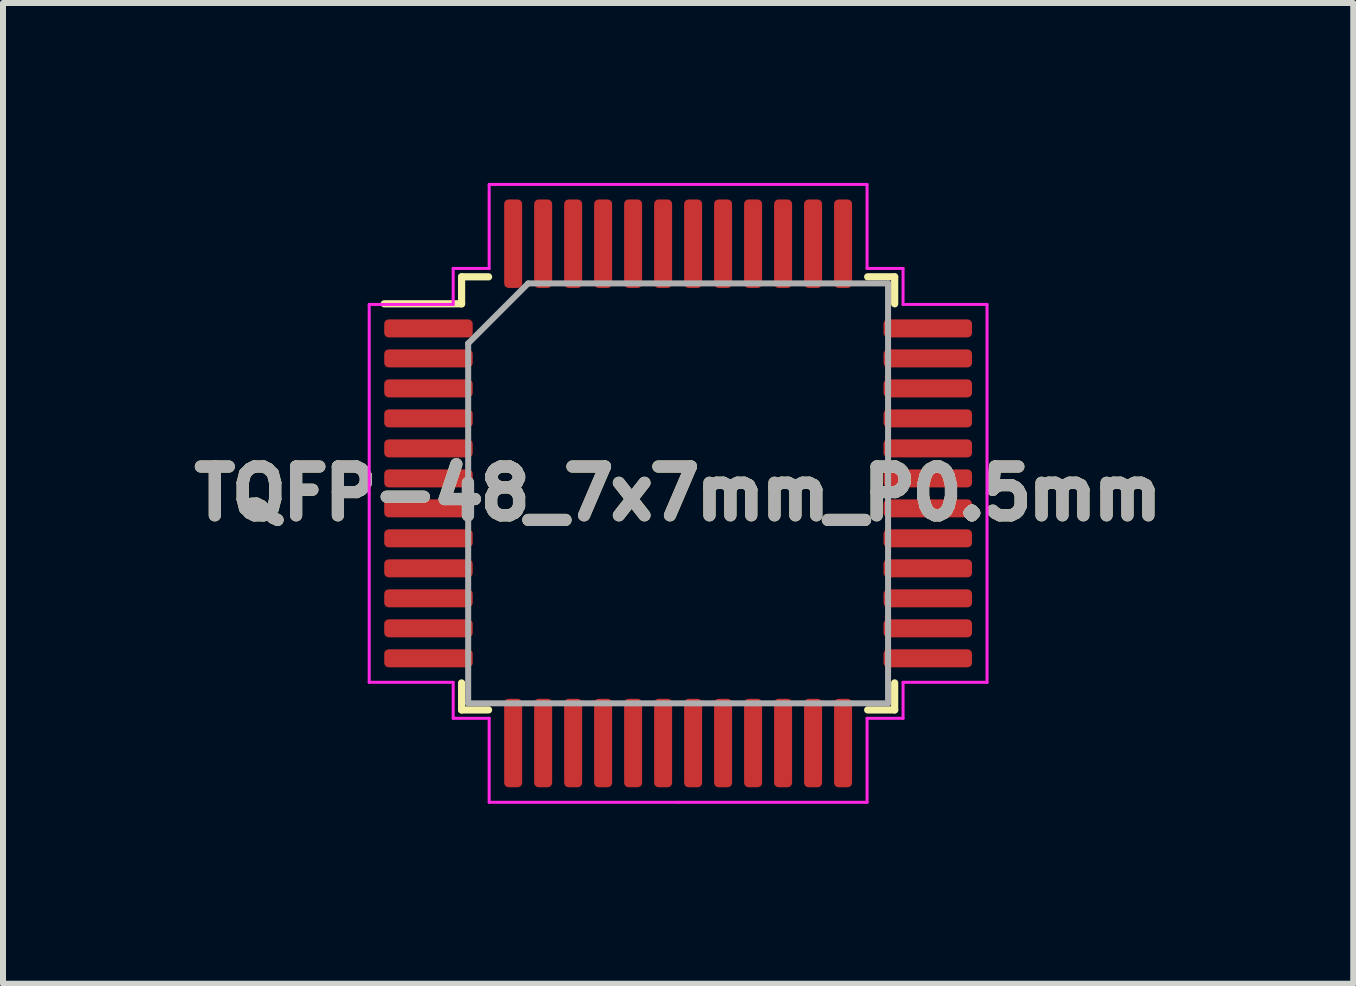
<source format=kicad_pcb>
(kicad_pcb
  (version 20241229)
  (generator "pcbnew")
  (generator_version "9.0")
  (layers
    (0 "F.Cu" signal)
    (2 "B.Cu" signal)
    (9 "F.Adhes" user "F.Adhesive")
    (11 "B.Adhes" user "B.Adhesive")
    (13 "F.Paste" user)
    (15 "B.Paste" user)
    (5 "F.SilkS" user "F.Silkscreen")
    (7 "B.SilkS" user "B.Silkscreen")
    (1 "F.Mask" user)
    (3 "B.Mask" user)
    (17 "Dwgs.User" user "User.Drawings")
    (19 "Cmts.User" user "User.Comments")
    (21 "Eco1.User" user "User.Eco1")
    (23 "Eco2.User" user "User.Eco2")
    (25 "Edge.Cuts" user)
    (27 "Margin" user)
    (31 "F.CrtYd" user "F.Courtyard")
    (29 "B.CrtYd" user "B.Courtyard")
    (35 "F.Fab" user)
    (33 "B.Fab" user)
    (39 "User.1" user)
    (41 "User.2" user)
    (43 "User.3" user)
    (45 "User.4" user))
  (footprint "TQFP-48_7x7mm_P0.5mm"
    (layer "F.Cu")
    (at 8.255 5.175)
    (property "Reference" "TQFP-48_7x7mm_P0.5mm" (at 0 0 0) (layer "F.Fab") (effects (font (size 0.813 0.813) (thickness 0.203))))
    (attr smd)
    (fp_line (start -3.61 -3.61) (end -3.61 -3.16) (stroke (width 0.12) (type solid)) (layer "F.SilkS"))
    (fp_line (start -3.61 -3.16) (end -4.9 -3.16) (stroke (width 0.12) (type solid)) (layer "F.SilkS"))
    (fp_line (start -3.61 3.61) (end -3.61 3.16) (stroke (width 0.12) (type solid)) (layer "F.SilkS"))
    (fp_line (start -3.16 -3.61) (end -3.61 -3.61) (stroke (width 0.12) (type solid)) (layer "F.SilkS"))
    (fp_line (start -3.16 3.61) (end -3.61 3.61) (stroke (width 0.12) (type solid)) (layer "F.SilkS"))
    (fp_line (start 3.16 -3.61) (end 3.61 -3.61) (stroke (width 0.12) (type solid)) (layer "F.SilkS"))
    (fp_line (start 3.16 3.61) (end 3.61 3.61) (stroke (width 0.12) (type solid)) (layer "F.SilkS"))
    (fp_line (start 3.61 -3.61) (end 3.61 -3.16) (stroke (width 0.12) (type solid)) (layer "F.SilkS"))
    (fp_line (start 3.61 3.61) (end 3.61 3.16) (stroke (width 0.12) (type solid)) (layer "F.SilkS"))
    (fp_line (start -5.15 -3.15) (end -5.15 0) (stroke (width 0.05) (type solid)) (layer "F.CrtYd"))
    (fp_line (start -5.15 3.15) (end -5.15 0) (stroke (width 0.05) (type solid)) (layer "F.CrtYd"))
    (fp_line (start -3.75 -3.75) (end -3.75 -3.15) (stroke (width 0.05) (type solid)) (layer "F.CrtYd"))
    (fp_line (start -3.75 -3.15) (end -5.15 -3.15) (stroke (width 0.05) (type solid)) (layer "F.CrtYd"))
    (fp_line (start -3.75 3.15) (end -5.15 3.15) (stroke (width 0.05) (type solid)) (layer "F.CrtYd"))
    (fp_line (start -3.75 3.75) (end -3.75 3.15) (stroke (width 0.05) (type solid)) (layer "F.CrtYd"))
    (fp_line (start -3.15 -5.15) (end -3.15 -3.75) (stroke (width 0.05) (type solid)) (layer "F.CrtYd"))
    (fp_line (start -3.15 -3.75) (end -3.75 -3.75) (stroke (width 0.05) (type solid)) (layer "F.CrtYd"))
    (fp_line (start -3.15 3.75) (end -3.75 3.75) (stroke (width 0.05) (type solid)) (layer "F.CrtYd"))
    (fp_line (start -3.15 5.15) (end -3.15 3.75) (stroke (width 0.05) (type solid)) (layer "F.CrtYd"))
    (fp_line (start 0 -5.15) (end -3.15 -5.15) (stroke (width 0.05) (type solid)) (layer "F.CrtYd"))
    (fp_line (start 0 -5.15) (end 3.15 -5.15) (stroke (width 0.05) (type solid)) (layer "F.CrtYd"))
    (fp_line (start 0 5.15) (end -3.15 5.15) (stroke (width 0.05) (type solid)) (layer "F.CrtYd"))
    (fp_line (start 0 5.15) (end 3.15 5.15) (stroke (width 0.05) (type solid)) (layer "F.CrtYd"))
    (fp_line (start 3.15 -5.15) (end 3.15 -3.75) (stroke (width 0.05) (type solid)) (layer "F.CrtYd"))
    (fp_line (start 3.15 -3.75) (end 3.75 -3.75) (stroke (width 0.05) (type solid)) (layer "F.CrtYd"))
    (fp_line (start 3.15 3.75) (end 3.75 3.75) (stroke (width 0.05) (type solid)) (layer "F.CrtYd"))
    (fp_line (start 3.15 5.15) (end 3.15 3.75) (stroke (width 0.05) (type solid)) (layer "F.CrtYd"))
    (fp_line (start 3.75 -3.75) (end 3.75 -3.15) (stroke (width 0.05) (type solid)) (layer "F.CrtYd"))
    (fp_line (start 3.75 -3.15) (end 5.15 -3.15) (stroke (width 0.05) (type solid)) (layer "F.CrtYd"))
    (fp_line (start 3.75 3.15) (end 5.15 3.15) (stroke (width 0.05) (type solid)) (layer "F.CrtYd"))
    (fp_line (start 3.75 3.75) (end 3.75 3.15) (stroke (width 0.05) (type solid)) (layer "F.CrtYd"))
    (fp_line (start 5.15 -3.15) (end 5.15 0) (stroke (width 0.05) (type solid)) (layer "F.CrtYd"))
    (fp_line (start 5.15 3.15) (end 5.15 0) (stroke (width 0.05) (type solid)) (layer "F.CrtYd"))
    (fp_line (start -3.5 -2.5) (end -2.5 -3.5) (stroke (width 0.1) (type solid)) (layer "F.Fab"))
    (fp_line (start -3.5 3.5) (end -3.5 -2.5) (stroke (width 0.1) (type solid)) (layer "F.Fab"))
    (fp_line (start -2.5 -3.5) (end 3.5 -3.5) (stroke (width 0.1) (type solid)) (layer "F.Fab"))
    (fp_line (start 3.5 -3.5) (end 3.5 3.5) (stroke (width 0.1) (type solid)) (layer "F.Fab"))
    (fp_line (start 3.5 3.5) (end -3.5 3.5) (stroke (width 0.1) (type solid)) (layer "F.Fab"))
    (fp_text user "${REFERENCE}" (at 0 0 0) (layer "F.SilkS") (effects (font (size 0.813 0.813) (thickness 0.203))))
    (pad "1" smd roundrect (at -4.162 -2.75) (size 1.475 0.3) (layers "F.Cu" "F.Mask" "F.Paste") (roundrect_rratio 0.25))
    (pad "2" smd roundrect (at -4.162 -2.25) (size 1.475 0.3) (layers "F.Cu" "F.Mask" "F.Paste") (roundrect_rratio 0.25))
    (pad "3" smd roundrect (at -4.162 -1.75) (size 1.475 0.3) (layers "F.Cu" "F.Mask" "F.Paste") (roundrect_rratio 0.25))
    (pad "4" smd roundrect (at -4.162 -1.25) (size 1.475 0.3) (layers "F.Cu" "F.Mask" "F.Paste") (roundrect_rratio 0.25))
    (pad "5" smd roundrect (at -4.162 -0.75) (size 1.475 0.3) (layers "F.Cu" "F.Mask" "F.Paste") (roundrect_rratio 0.25))
    (pad "6" smd roundrect (at -4.162 -0.25) (size 1.475 0.3) (layers "F.Cu" "F.Mask" "F.Paste") (roundrect_rratio 0.25))
    (pad "7" smd roundrect (at -4.162 0.25) (size 1.475 0.3) (layers "F.Cu" "F.Mask" "F.Paste") (roundrect_rratio 0.25))
    (pad "8" smd roundrect (at -4.162 0.75) (size 1.475 0.3) (layers "F.Cu" "F.Mask" "F.Paste") (roundrect_rratio 0.25))
    (pad "9" smd roundrect (at -4.162 1.25) (size 1.475 0.3) (layers "F.Cu" "F.Mask" "F.Paste") (roundrect_rratio 0.25))
    (pad "10" smd roundrect (at -4.162 1.75) (size 1.475 0.3) (layers "F.Cu" "F.Mask" "F.Paste") (roundrect_rratio 0.25))
    (pad "11" smd roundrect (at -4.162 2.25) (size 1.475 0.3) (layers "F.Cu" "F.Mask" "F.Paste") (roundrect_rratio 0.25))
    (pad "12" smd roundrect (at -4.162 2.75) (size 1.475 0.3) (layers "F.Cu" "F.Mask" "F.Paste") (roundrect_rratio 0.25))
    (pad "13" smd roundrect (at -2.75 4.162) (size 0.3 1.475) (layers "F.Cu" "F.Mask" "F.Paste") (roundrect_rratio 0.25))
    (pad "14" smd roundrect (at -2.25 4.162) (size 0.3 1.475) (layers "F.Cu" "F.Mask" "F.Paste") (roundrect_rratio 0.25))
    (pad "15" smd roundrect (at -1.75 4.162) (size 0.3 1.475) (layers "F.Cu" "F.Mask" "F.Paste") (roundrect_rratio 0.25))
    (pad "16" smd roundrect (at -1.25 4.162) (size 0.3 1.475) (layers "F.Cu" "F.Mask" "F.Paste") (roundrect_rratio 0.25))
    (pad "17" smd roundrect (at -0.75 4.162) (size 0.3 1.475) (layers "F.Cu" "F.Mask" "F.Paste") (roundrect_rratio 0.25))
    (pad "18" smd roundrect (at -0.25 4.162) (size 0.3 1.475) (layers "F.Cu" "F.Mask" "F.Paste") (roundrect_rratio 0.25))
    (pad "19" smd roundrect (at 0.25 4.162) (size 0.3 1.475) (layers "F.Cu" "F.Mask" "F.Paste") (roundrect_rratio 0.25))
    (pad "20" smd roundrect (at 0.75 4.162) (size 0.3 1.475) (layers "F.Cu" "F.Mask" "F.Paste") (roundrect_rratio 0.25))
    (pad "21" smd roundrect (at 1.25 4.162) (size 0.3 1.475) (layers "F.Cu" "F.Mask" "F.Paste") (roundrect_rratio 0.25))
    (pad "22" smd roundrect (at 1.75 4.162) (size 0.3 1.475) (layers "F.Cu" "F.Mask" "F.Paste") (roundrect_rratio 0.25))
    (pad "23" smd roundrect (at 2.25 4.162) (size 0.3 1.475) (layers "F.Cu" "F.Mask" "F.Paste") (roundrect_rratio 0.25))
    (pad "24" smd roundrect (at 2.75 4.162) (size 0.3 1.475) (layers "F.Cu" "F.Mask" "F.Paste") (roundrect_rratio 0.25))
    (pad "25" smd roundrect (at 4.162 2.75) (size 1.475 0.3) (layers "F.Cu" "F.Mask" "F.Paste") (roundrect_rratio 0.25))
    (pad "26" smd roundrect (at 4.162 2.25) (size 1.475 0.3) (layers "F.Cu" "F.Mask" "F.Paste") (roundrect_rratio 0.25))
    (pad "27" smd roundrect (at 4.162 1.75) (size 1.475 0.3) (layers "F.Cu" "F.Mask" "F.Paste") (roundrect_rratio 0.25))
    (pad "28" smd roundrect (at 4.162 1.25) (size 1.475 0.3) (layers "F.Cu" "F.Mask" "F.Paste") (roundrect_rratio 0.25))
    (pad "29" smd roundrect (at 4.162 0.75) (size 1.475 0.3) (layers "F.Cu" "F.Mask" "F.Paste") (roundrect_rratio 0.25))
    (pad "30" smd roundrect (at 4.162 0.25) (size 1.475 0.3) (layers "F.Cu" "F.Mask" "F.Paste") (roundrect_rratio 0.25))
    (pad "31" smd roundrect (at 4.162 -0.25) (size 1.475 0.3) (layers "F.Cu" "F.Mask" "F.Paste") (roundrect_rratio 0.25))
    (pad "32" smd roundrect (at 4.162 -0.75) (size 1.475 0.3) (layers "F.Cu" "F.Mask" "F.Paste") (roundrect_rratio 0.25))
    (pad "33" smd roundrect (at 4.162 -1.25) (size 1.475 0.3) (layers "F.Cu" "F.Mask" "F.Paste") (roundrect_rratio 0.25))
    (pad "34" smd roundrect (at 4.162 -1.75) (size 1.475 0.3) (layers "F.Cu" "F.Mask" "F.Paste") (roundrect_rratio 0.25))
    (pad "35" smd roundrect (at 4.162 -2.25) (size 1.475 0.3) (layers "F.Cu" "F.Mask" "F.Paste") (roundrect_rratio 0.25))
    (pad "36" smd roundrect (at 4.162 -2.75) (size 1.475 0.3) (layers "F.Cu" "F.Mask" "F.Paste") (roundrect_rratio 0.25))
    (pad "37" smd roundrect (at 2.75 -4.162) (size 0.3 1.475) (layers "F.Cu" "F.Mask" "F.Paste") (roundrect_rratio 0.25))
    (pad "38" smd roundrect (at 2.25 -4.162) (size 0.3 1.475) (layers "F.Cu" "F.Mask" "F.Paste") (roundrect_rratio 0.25))
    (pad "39" smd roundrect (at 1.75 -4.162) (size 0.3 1.475) (layers "F.Cu" "F.Mask" "F.Paste") (roundrect_rratio 0.25))
    (pad "40" smd roundrect (at 1.25 -4.162) (size 0.3 1.475) (layers "F.Cu" "F.Mask" "F.Paste") (roundrect_rratio 0.25))
    (pad "41" smd roundrect (at 0.75 -4.162) (size 0.3 1.475) (layers "F.Cu" "F.Mask" "F.Paste") (roundrect_rratio 0.25))
    (pad "42" smd roundrect (at 0.25 -4.162) (size 0.3 1.475) (layers "F.Cu" "F.Mask" "F.Paste") (roundrect_rratio 0.25))
    (pad "43" smd roundrect (at -0.25 -4.162) (size 0.3 1.475) (layers "F.Cu" "F.Mask" "F.Paste") (roundrect_rratio 0.25))
    (pad "44" smd roundrect (at -0.75 -4.162) (size 0.3 1.475) (layers "F.Cu" "F.Mask" "F.Paste") (roundrect_rratio 0.25))
    (pad "45" smd roundrect (at -1.25 -4.162) (size 0.3 1.475) (layers "F.Cu" "F.Mask" "F.Paste") (roundrect_rratio 0.25))
    (pad "46" smd roundrect (at -1.75 -4.162) (size 0.3 1.475) (layers "F.Cu" "F.Mask" "F.Paste") (roundrect_rratio 0.25))
    (pad "47" smd roundrect (at -2.25 -4.162) (size 0.3 1.475) (layers "F.Cu" "F.Mask" "F.Paste") (roundrect_rratio 0.25))
    (pad "48" smd roundrect (at -2.75 -4.162) (size 0.3 1.475) (layers "F.Cu" "F.Mask" "F.Paste") (roundrect_rratio 0.25)))
  (gr_rect
    (start -3 -3)
    (end 19.51 13.35)
    (stroke (width 0.1) (type default))
    (fill no)
    (layer "Edge.Cuts")))
</source>
